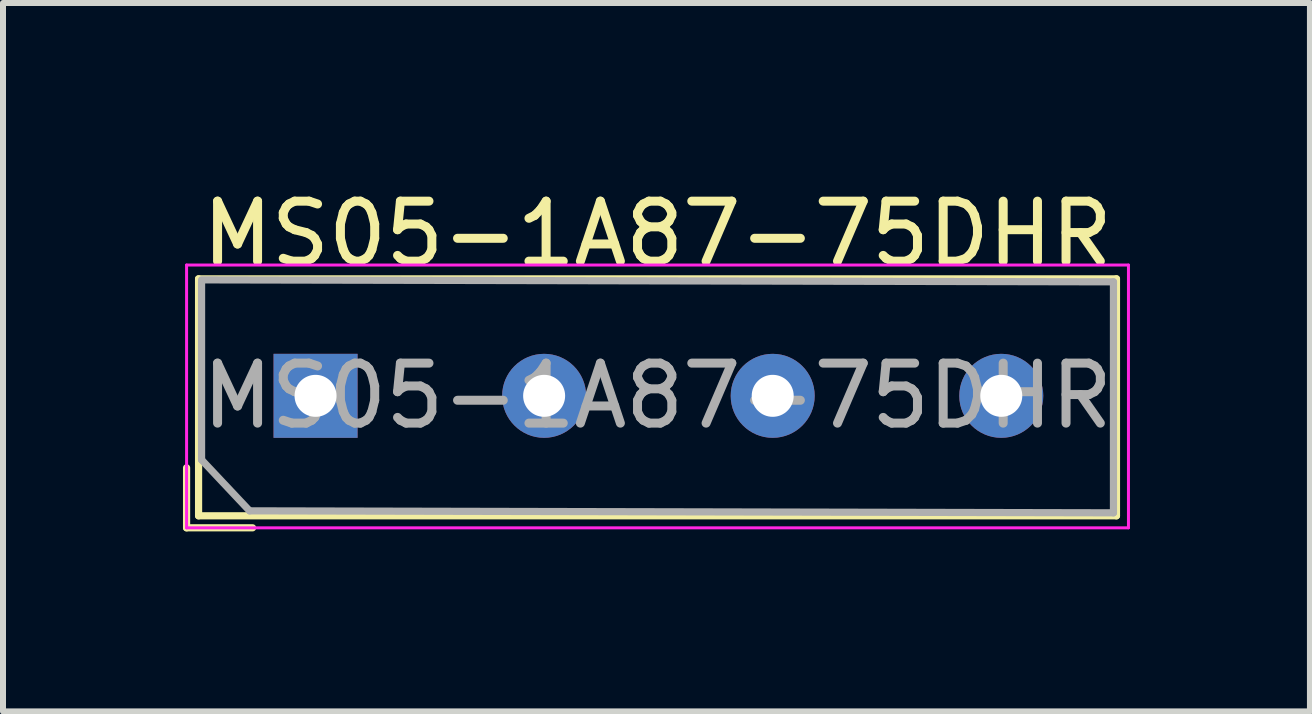
<source format=kicad_pcb>
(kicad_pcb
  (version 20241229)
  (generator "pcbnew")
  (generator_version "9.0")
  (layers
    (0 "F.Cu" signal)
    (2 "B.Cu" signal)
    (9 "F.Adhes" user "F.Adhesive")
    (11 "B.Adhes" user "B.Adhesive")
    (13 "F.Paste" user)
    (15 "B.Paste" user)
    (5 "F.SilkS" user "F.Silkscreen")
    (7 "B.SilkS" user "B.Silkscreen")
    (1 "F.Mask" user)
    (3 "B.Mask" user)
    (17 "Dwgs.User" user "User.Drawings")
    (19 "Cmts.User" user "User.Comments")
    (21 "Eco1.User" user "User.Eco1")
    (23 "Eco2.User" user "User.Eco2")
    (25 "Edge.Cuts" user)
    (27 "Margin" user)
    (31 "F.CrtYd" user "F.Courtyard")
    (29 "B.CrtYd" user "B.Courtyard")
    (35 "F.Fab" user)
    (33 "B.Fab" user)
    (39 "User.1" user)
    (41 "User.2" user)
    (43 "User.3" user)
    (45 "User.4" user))
  (footprint "MS05-1A87-75DHR"
    (layer "F.Cu")
    (at 2.21 3.548)
    (property "Reference" "MS05-1A87-75DHR" (at 5.7 -2.7 0) (layer "F.SilkS") (effects (font (size 1 1) (thickness 0.15))))
    (attr through_hole)
    (fp_line (start -2.15 2.2) (end -2.15 1.2) (stroke (width 0.12) (type solid)) (layer "F.SilkS"))
    (fp_line (start -1.95 -1.95) (end 13.35 -1.95) (stroke (width 0.12) (type solid)) (layer "F.SilkS"))
    (fp_line (start -1.95 2) (end -1.95 -1.95) (stroke (width 0.12) (type solid)) (layer "F.SilkS"))
    (fp_line (start -1.05 2.2) (end -2.15 2.2) (stroke (width 0.12) (type solid)) (layer "F.SilkS"))
    (fp_line (start 13.35 -1.95) (end 13.35 2) (stroke (width 0.12) (type solid)) (layer "F.SilkS"))
    (fp_line (start 13.35 2) (end -1.95 2) (stroke (width 0.12) (type solid)) (layer "F.SilkS"))
    (fp_line (start -2.15 -2.18) (end -2.15 2.2) (stroke (width 0.05) (type solid)) (layer "F.CrtYd"))
    (fp_line (start -2.15 -2.18) (end 13.55 -2.18) (stroke (width 0.05) (type solid)) (layer "F.CrtYd"))
    (fp_line (start 13.55 2.2) (end -2.15 2.2) (stroke (width 0.05) (type solid)) (layer "F.CrtYd"))
    (fp_line (start 13.55 2.2) (end 13.55 -2.18) (stroke (width 0.05) (type solid)) (layer "F.CrtYd"))
    (fp_line (start -1.9 -1.933) (end 13.3 -1.9) (stroke (width 0.12) (type solid)) (layer "F.Fab"))
    (fp_line (start -1.9 1.067) (end -1.9 -1.9) (stroke (width 0.12) (type solid)) (layer "F.Fab"))
    (fp_line (start -1.1 1.917) (end -1.9 1.067) (stroke (width 0.12) (type solid)) (layer "F.Fab"))
    (fp_line (start 13.3 -1.9) (end 13.3 1.95) (stroke (width 0.12) (type solid)) (layer "F.Fab"))
    (fp_line (start 13.3 1.95) (end -1.1 1.917) (stroke (width 0.12) (type solid)) (layer "F.Fab"))
    (fp_text user "${REFERENCE}" (at 5.7 0 0) (layer "F.Fab") (effects (font (size 1 1) (thickness 0.15))))
    (pad "1" thru_hole rect (at 0 0) (size 1.4 1.4) (drill 0.7) (layers "*.Cu" "*.Mask"))
    (pad "2" thru_hole circle (at 3.81 0) (size 1.4 1.4) (drill 0.7) (layers "*.Cu" "*.Mask"))
    (pad "3" thru_hole circle (at 7.62 0) (size 1.4 1.4) (drill 0.7) (layers "*.Cu" "*.Mask"))
    (pad "4" thru_hole circle (at 11.43 0) (size 1.4 1.4) (drill 0.7) (layers "*.Cu" "*.Mask")))
  (gr_rect
    (start -3 -3)
    (end 18.785 8.808)
    (stroke (width 0.1) (type default))
    (fill no)
    (layer "Edge.Cuts")))
</source>
